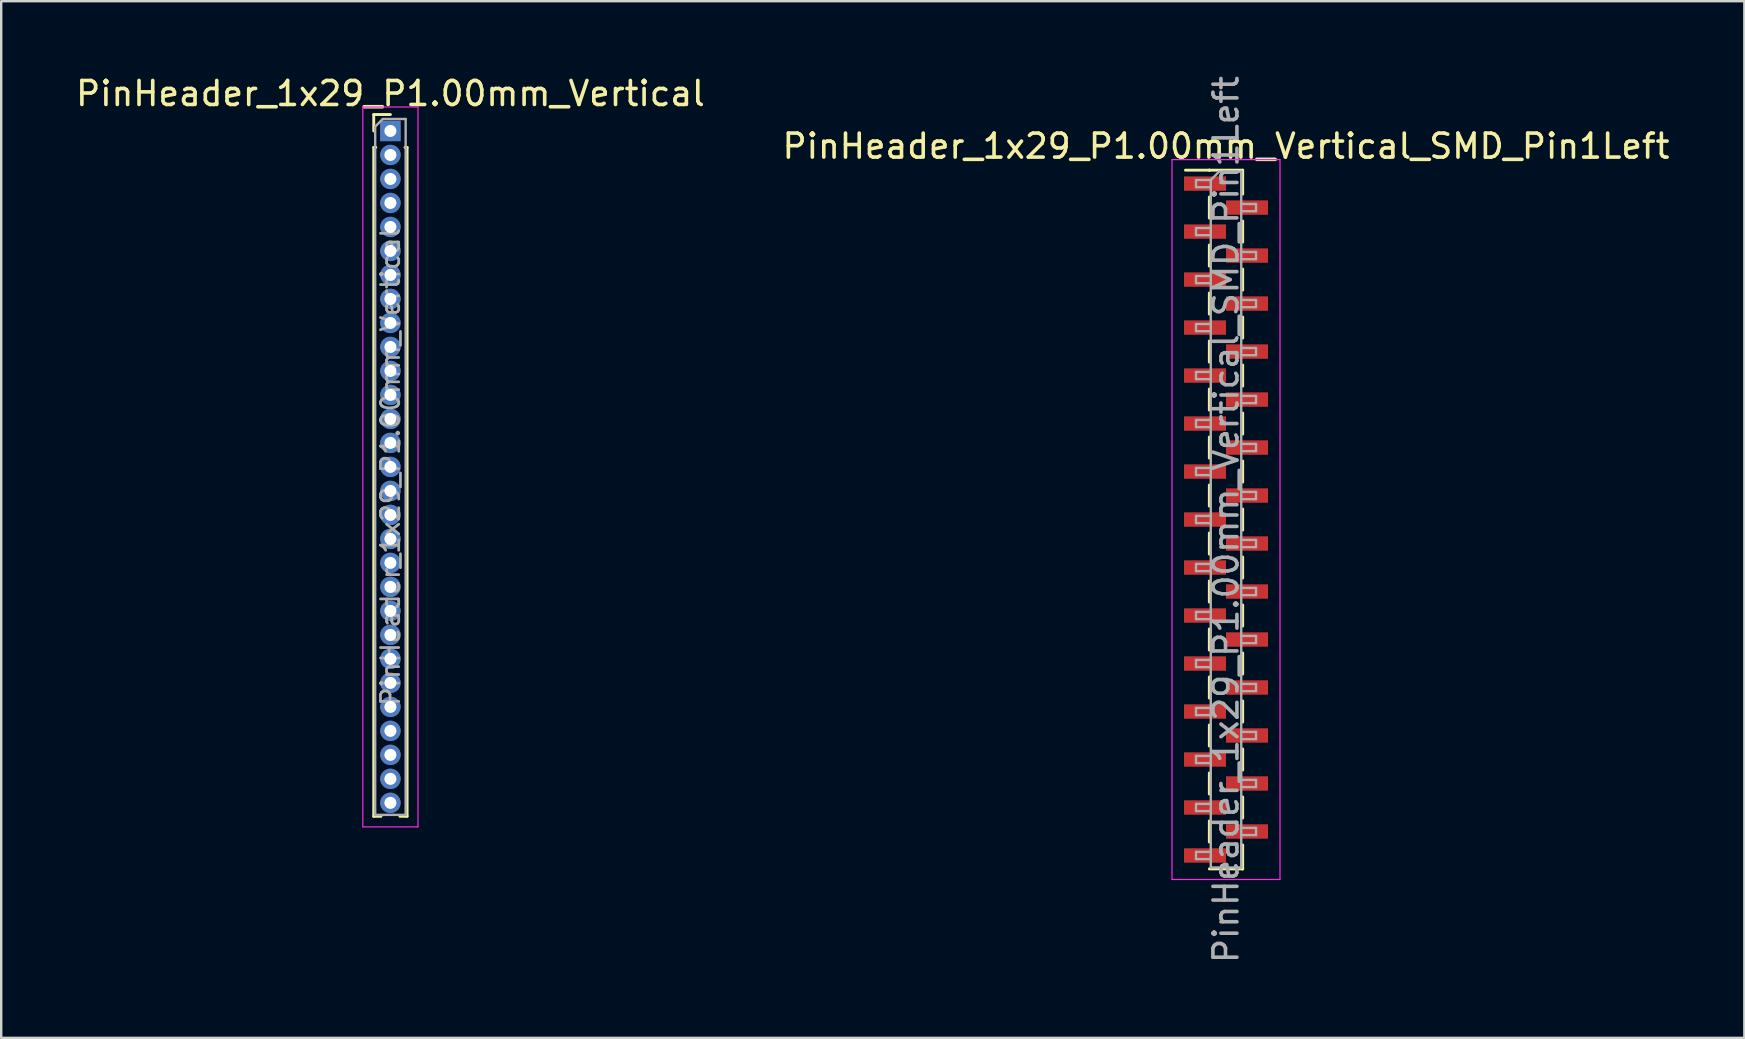
<source format=kicad_pcb>
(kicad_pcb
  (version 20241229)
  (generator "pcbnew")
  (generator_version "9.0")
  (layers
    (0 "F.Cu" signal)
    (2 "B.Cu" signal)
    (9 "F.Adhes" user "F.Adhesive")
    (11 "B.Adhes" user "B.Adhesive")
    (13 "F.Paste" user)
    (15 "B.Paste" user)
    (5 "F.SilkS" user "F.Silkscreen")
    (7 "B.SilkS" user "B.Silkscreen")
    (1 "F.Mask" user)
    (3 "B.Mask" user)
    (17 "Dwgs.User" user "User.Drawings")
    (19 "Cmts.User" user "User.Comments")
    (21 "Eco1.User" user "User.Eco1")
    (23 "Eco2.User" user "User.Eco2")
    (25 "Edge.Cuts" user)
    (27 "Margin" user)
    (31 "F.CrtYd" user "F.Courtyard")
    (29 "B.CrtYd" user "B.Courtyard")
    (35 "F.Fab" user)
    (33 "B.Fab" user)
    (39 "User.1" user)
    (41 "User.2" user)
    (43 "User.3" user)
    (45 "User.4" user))
  (footprint "PinHeader_1x29_P1.00mm_Vertical"
    (layer "F.Cu")
    (at 13.22 2.408)
    (property "Reference" "PinHeader_1x29_P1.00mm_Vertical" (at 0 -1.56 0) (layer "F.SilkS") (effects (font (size 1 1) (thickness 0.15))))
    (attr through_hole)
    (fp_line (start -0.695 -0.685) (end 0 -0.685) (stroke (width 0.12) (type solid)) (layer "F.SilkS"))
    (fp_line (start -0.695 0) (end -0.695 -0.685) (stroke (width 0.12) (type solid)) (layer "F.SilkS"))
    (fp_line (start -0.695 0.685) (end -0.695 28.56) (stroke (width 0.12) (type solid)) (layer "F.SilkS"))
    (fp_line (start -0.695 0.685) (end -0.608 0.685) (stroke (width 0.12) (type solid)) (layer "F.SilkS"))
    (fp_line (start -0.695 28.56) (end -0.394 28.56) (stroke (width 0.12) (type solid)) (layer "F.SilkS"))
    (fp_line (start 0.394 28.56) (end 0.695 28.56) (stroke (width 0.12) (type solid)) (layer "F.SilkS"))
    (fp_line (start 0.608 0.685) (end 0.695 0.685) (stroke (width 0.12) (type solid)) (layer "F.SilkS"))
    (fp_line (start 0.695 0.685) (end 0.695 28.56) (stroke (width 0.12) (type solid)) (layer "F.SilkS"))
    (fp_line (start -1.15 -1) (end -1.15 29) (stroke (width 0.05) (type solid)) (layer "F.CrtYd"))
    (fp_line (start -1.15 29) (end 1.15 29) (stroke (width 0.05) (type solid)) (layer "F.CrtYd"))
    (fp_line (start 1.15 -1) (end -1.15 -1) (stroke (width 0.05) (type solid)) (layer "F.CrtYd"))
    (fp_line (start 1.15 29) (end 1.15 -1) (stroke (width 0.05) (type solid)) (layer "F.CrtYd"))
    (fp_line (start -0.635 -0.182) (end -0.318 -0.5) (stroke (width 0.1) (type solid)) (layer "F.Fab"))
    (fp_line (start -0.635 28.5) (end -0.635 -0.182) (stroke (width 0.1) (type solid)) (layer "F.Fab"))
    (fp_line (start -0.318 -0.5) (end 0.635 -0.5) (stroke (width 0.1) (type solid)) (layer "F.Fab"))
    (fp_line (start 0.635 -0.5) (end 0.635 28.5) (stroke (width 0.1) (type solid)) (layer "F.Fab"))
    (fp_line (start 0.635 28.5) (end -0.635 28.5) (stroke (width 0.1) (type solid)) (layer "F.Fab"))
    (fp_text user "${REFERENCE}" (at 0 14 90) (layer "F.Fab") (effects (font (size 0.76 0.76) (thickness 0.114))))
    (pad "1" thru_hole rect (at 0 0) (size 0.85 0.85) (drill 0.5) (layers "*.Cu" "*.Mask"))
    (pad "2" thru_hole oval (at 0 1) (size 0.85 0.85) (drill 0.5) (layers "*.Cu" "*.Mask"))
    (pad "3" thru_hole oval (at 0 2) (size 0.85 0.85) (drill 0.5) (layers "*.Cu" "*.Mask"))
    (pad "4" thru_hole oval (at 0 3) (size 0.85 0.85) (drill 0.5) (layers "*.Cu" "*.Mask"))
    (pad "5" thru_hole oval (at 0 4) (size 0.85 0.85) (drill 0.5) (layers "*.Cu" "*.Mask"))
    (pad "6" thru_hole oval (at 0 5) (size 0.85 0.85) (drill 0.5) (layers "*.Cu" "*.Mask"))
    (pad "7" thru_hole oval (at 0 6) (size 0.85 0.85) (drill 0.5) (layers "*.Cu" "*.Mask"))
    (pad "8" thru_hole oval (at 0 7) (size 0.85 0.85) (drill 0.5) (layers "*.Cu" "*.Mask"))
    (pad "9" thru_hole oval (at 0 8) (size 0.85 0.85) (drill 0.5) (layers "*.Cu" "*.Mask"))
    (pad "10" thru_hole oval (at 0 9) (size 0.85 0.85) (drill 0.5) (layers "*.Cu" "*.Mask"))
    (pad "11" thru_hole oval (at 0 10) (size 0.85 0.85) (drill 0.5) (layers "*.Cu" "*.Mask"))
    (pad "12" thru_hole oval (at 0 11) (size 0.85 0.85) (drill 0.5) (layers "*.Cu" "*.Mask"))
    (pad "13" thru_hole oval (at 0 12) (size 0.85 0.85) (drill 0.5) (layers "*.Cu" "*.Mask"))
    (pad "14" thru_hole oval (at 0 13) (size 0.85 0.85) (drill 0.5) (layers "*.Cu" "*.Mask"))
    (pad "15" thru_hole oval (at 0 14) (size 0.85 0.85) (drill 0.5) (layers "*.Cu" "*.Mask"))
    (pad "16" thru_hole oval (at 0 15) (size 0.85 0.85) (drill 0.5) (layers "*.Cu" "*.Mask"))
    (pad "17" thru_hole oval (at 0 16) (size 0.85 0.85) (drill 0.5) (layers "*.Cu" "*.Mask"))
    (pad "18" thru_hole oval (at 0 17) (size 0.85 0.85) (drill 0.5) (layers "*.Cu" "*.Mask"))
    (pad "19" thru_hole oval (at 0 18) (size 0.85 0.85) (drill 0.5) (layers "*.Cu" "*.Mask"))
    (pad "20" thru_hole oval (at 0 19) (size 0.85 0.85) (drill 0.5) (layers "*.Cu" "*.Mask"))
    (pad "21" thru_hole oval (at 0 20) (size 0.85 0.85) (drill 0.5) (layers "*.Cu" "*.Mask"))
    (pad "22" thru_hole oval (at 0 21) (size 0.85 0.85) (drill 0.5) (layers "*.Cu" "*.Mask"))
    (pad "23" thru_hole oval (at 0 22) (size 0.85 0.85) (drill 0.5) (layers "*.Cu" "*.Mask"))
    (pad "24" thru_hole oval (at 0 23) (size 0.85 0.85) (drill 0.5) (layers "*.Cu" "*.Mask"))
    (pad "25" thru_hole oval (at 0 24) (size 0.85 0.85) (drill 0.5) (layers "*.Cu" "*.Mask"))
    (pad "26" thru_hole oval (at 0 25) (size 0.85 0.85) (drill 0.5) (layers "*.Cu" "*.Mask"))
    (pad "27" thru_hole oval (at 0 26) (size 0.85 0.85) (drill 0.5) (layers "*.Cu" "*.Mask"))
    (pad "28" thru_hole oval (at 0 27) (size 0.85 0.85) (drill 0.5) (layers "*.Cu" "*.Mask"))
    (pad "29" thru_hole oval (at 0 28) (size 0.85 0.85) (drill 0.5) (layers "*.Cu" "*.Mask")))
  (footprint "PinHeader_1x29_P1.00mm_Vertical_SMD_Pin1Left"
    (layer "F.Cu")
    (at 48.042 18.601)
    (property "Reference" "PinHeader_1x29_P1.00mm_Vertical_SMD_Pin1Left" (at 0 -15.56 0) (layer "F.SilkS") (effects (font (size 1 1) (thickness 0.15))))
    (attr smd)
    (fp_line (start -0.695 -14.56) (end -1.69 -14.56) (stroke (width 0.12) (type solid)) (layer "F.SilkS"))
    (fp_line (start -0.695 -14.56) (end -0.695 -14.56) (stroke (width 0.12) (type solid)) (layer "F.SilkS"))
    (fp_line (start -0.695 -14.56) (end 0.695 -14.56) (stroke (width 0.12) (type solid)) (layer "F.SilkS"))
    (fp_line (start -0.695 -13.44) (end -0.695 -12.56) (stroke (width 0.12) (type solid)) (layer "F.SilkS"))
    (fp_line (start -0.695 -11.44) (end -0.695 -10.56) (stroke (width 0.12) (type solid)) (layer "F.SilkS"))
    (fp_line (start -0.695 -9.44) (end -0.695 -8.56) (stroke (width 0.12) (type solid)) (layer "F.SilkS"))
    (fp_line (start -0.695 -7.44) (end -0.695 -6.56) (stroke (width 0.12) (type solid)) (layer "F.SilkS"))
    (fp_line (start -0.695 -5.44) (end -0.695 -4.56) (stroke (width 0.12) (type solid)) (layer "F.SilkS"))
    (fp_line (start -0.695 -3.44) (end -0.695 -2.56) (stroke (width 0.12) (type solid)) (layer "F.SilkS"))
    (fp_line (start -0.695 -1.44) (end -0.695 -0.56) (stroke (width 0.12) (type solid)) (layer "F.SilkS"))
    (fp_line (start -0.695 0.56) (end -0.695 1.44) (stroke (width 0.12) (type solid)) (layer "F.SilkS"))
    (fp_line (start -0.695 2.56) (end -0.695 3.44) (stroke (width 0.12) (type solid)) (layer "F.SilkS"))
    (fp_line (start -0.695 4.56) (end -0.695 5.44) (stroke (width 0.12) (type solid)) (layer "F.SilkS"))
    (fp_line (start -0.695 6.56) (end -0.695 7.44) (stroke (width 0.12) (type solid)) (layer "F.SilkS"))
    (fp_line (start -0.695 8.56) (end -0.695 9.44) (stroke (width 0.12) (type solid)) (layer "F.SilkS"))
    (fp_line (start -0.695 10.56) (end -0.695 11.44) (stroke (width 0.12) (type solid)) (layer "F.SilkS"))
    (fp_line (start -0.695 12.56) (end -0.695 13.44) (stroke (width 0.12) (type solid)) (layer "F.SilkS"))
    (fp_line (start -0.695 14.56) (end 0.695 14.56) (stroke (width 0.12) (type solid)) (layer "F.SilkS"))
    (fp_line (start 0.695 -14.56) (end 0.695 -13.56) (stroke (width 0.12) (type solid)) (layer "F.SilkS"))
    (fp_line (start 0.695 -12.44) (end 0.695 -11.56) (stroke (width 0.12) (type solid)) (layer "F.SilkS"))
    (fp_line (start 0.695 -10.44) (end 0.695 -9.56) (stroke (width 0.12) (type solid)) (layer "F.SilkS"))
    (fp_line (start 0.695 -8.44) (end 0.695 -7.56) (stroke (width 0.12) (type solid)) (layer "F.SilkS"))
    (fp_line (start 0.695 -6.44) (end 0.695 -5.56) (stroke (width 0.12) (type solid)) (layer "F.SilkS"))
    (fp_line (start 0.695 -4.44) (end 0.695 -3.56) (stroke (width 0.12) (type solid)) (layer "F.SilkS"))
    (fp_line (start 0.695 -2.44) (end 0.695 -1.56) (stroke (width 0.12) (type solid)) (layer "F.SilkS"))
    (fp_line (start 0.695 -0.44) (end 0.695 0.44) (stroke (width 0.12) (type solid)) (layer "F.SilkS"))
    (fp_line (start 0.695 1.56) (end 0.695 2.44) (stroke (width 0.12) (type solid)) (layer "F.SilkS"))
    (fp_line (start 0.695 3.56) (end 0.695 4.44) (stroke (width 0.12) (type solid)) (layer "F.SilkS"))
    (fp_line (start 0.695 5.56) (end 0.695 6.44) (stroke (width 0.12) (type solid)) (layer "F.SilkS"))
    (fp_line (start 0.695 7.56) (end 0.695 8.44) (stroke (width 0.12) (type solid)) (layer "F.SilkS"))
    (fp_line (start 0.695 9.56) (end 0.695 10.44) (stroke (width 0.12) (type solid)) (layer "F.SilkS"))
    (fp_line (start 0.695 11.56) (end 0.695 12.44) (stroke (width 0.12) (type solid)) (layer "F.SilkS"))
    (fp_line (start 0.695 13.56) (end 0.695 14.56) (stroke (width 0.12) (type solid)) (layer "F.SilkS"))
    (fp_line (start 0.695 14.56) (end 0.695 14.56) (stroke (width 0.12) (type solid)) (layer "F.SilkS"))
    (fp_line (start -2.25 -15) (end -2.25 15) (stroke (width 0.05) (type solid)) (layer "F.CrtYd"))
    (fp_line (start -2.25 15) (end 2.25 15) (stroke (width 0.05) (type solid)) (layer "F.CrtYd"))
    (fp_line (start 2.25 -15) (end -2.25 -15) (stroke (width 0.05) (type solid)) (layer "F.CrtYd"))
    (fp_line (start 2.25 15) (end 2.25 -15) (stroke (width 0.05) (type solid)) (layer "F.CrtYd"))
    (fp_line (start -1.25 -14.15) (end -1.25 -13.85) (stroke (width 0.1) (type solid)) (layer "F.Fab"))
    (fp_line (start -1.25 -13.85) (end -0.635 -13.85) (stroke (width 0.1) (type solid)) (layer "F.Fab"))
    (fp_line (start -1.25 -12.15) (end -1.25 -11.85) (stroke (width 0.1) (type solid)) (layer "F.Fab"))
    (fp_line (start -1.25 -11.85) (end -0.635 -11.85) (stroke (width 0.1) (type solid)) (layer "F.Fab"))
    (fp_line (start -1.25 -10.15) (end -1.25 -9.85) (stroke (width 0.1) (type solid)) (layer "F.Fab"))
    (fp_line (start -1.25 -9.85) (end -0.635 -9.85) (stroke (width 0.1) (type solid)) (layer "F.Fab"))
    (fp_line (start -1.25 -8.15) (end -1.25 -7.85) (stroke (width 0.1) (type solid)) (layer "F.Fab"))
    (fp_line (start -1.25 -7.85) (end -0.635 -7.85) (stroke (width 0.1) (type solid)) (layer "F.Fab"))
    (fp_line (start -1.25 -6.15) (end -1.25 -5.85) (stroke (width 0.1) (type solid)) (layer "F.Fab"))
    (fp_line (start -1.25 -5.85) (end -0.635 -5.85) (stroke (width 0.1) (type solid)) (layer "F.Fab"))
    (fp_line (start -1.25 -4.15) (end -1.25 -3.85) (stroke (width 0.1) (type solid)) (layer "F.Fab"))
    (fp_line (start -1.25 -3.85) (end -0.635 -3.85) (stroke (width 0.1) (type solid)) (layer "F.Fab"))
    (fp_line (start -1.25 -2.15) (end -1.25 -1.85) (stroke (width 0.1) (type solid)) (layer "F.Fab"))
    (fp_line (start -1.25 -1.85) (end -0.635 -1.85) (stroke (width 0.1) (type solid)) (layer "F.Fab"))
    (fp_line (start -1.25 -0.15) (end -1.25 0.15) (stroke (width 0.1) (type solid)) (layer "F.Fab"))
    (fp_line (start -1.25 0.15) (end -0.635 0.15) (stroke (width 0.1) (type solid)) (layer "F.Fab"))
    (fp_line (start -1.25 1.85) (end -1.25 2.15) (stroke (width 0.1) (type solid)) (layer "F.Fab"))
    (fp_line (start -1.25 2.15) (end -0.635 2.15) (stroke (width 0.1) (type solid)) (layer "F.Fab"))
    (fp_line (start -1.25 3.85) (end -1.25 4.15) (stroke (width 0.1) (type solid)) (layer "F.Fab"))
    (fp_line (start -1.25 4.15) (end -0.635 4.15) (stroke (width 0.1) (type solid)) (layer "F.Fab"))
    (fp_line (start -1.25 5.85) (end -1.25 6.15) (stroke (width 0.1) (type solid)) (layer "F.Fab"))
    (fp_line (start -1.25 6.15) (end -0.635 6.15) (stroke (width 0.1) (type solid)) (layer "F.Fab"))
    (fp_line (start -1.25 7.85) (end -1.25 8.15) (stroke (width 0.1) (type solid)) (layer "F.Fab"))
    (fp_line (start -1.25 8.15) (end -0.635 8.15) (stroke (width 0.1) (type solid)) (layer "F.Fab"))
    (fp_line (start -1.25 9.85) (end -1.25 10.15) (stroke (width 0.1) (type solid)) (layer "F.Fab"))
    (fp_line (start -1.25 10.15) (end -0.635 10.15) (stroke (width 0.1) (type solid)) (layer "F.Fab"))
    (fp_line (start -1.25 11.85) (end -1.25 12.15) (stroke (width 0.1) (type solid)) (layer "F.Fab"))
    (fp_line (start -1.25 12.15) (end -0.635 12.15) (stroke (width 0.1) (type solid)) (layer "F.Fab"))
    (fp_line (start -1.25 13.85) (end -1.25 14.15) (stroke (width 0.1) (type solid)) (layer "F.Fab"))
    (fp_line (start -1.25 14.15) (end -0.635 14.15) (stroke (width 0.1) (type solid)) (layer "F.Fab"))
    (fp_line (start -0.635 -14.15) (end -1.25 -14.15) (stroke (width 0.1) (type solid)) (layer "F.Fab"))
    (fp_line (start -0.635 -14.15) (end -0.285 -14.5) (stroke (width 0.1) (type solid)) (layer "F.Fab"))
    (fp_line (start -0.635 -12.15) (end -1.25 -12.15) (stroke (width 0.1) (type solid)) (layer "F.Fab"))
    (fp_line (start -0.635 -10.15) (end -1.25 -10.15) (stroke (width 0.1) (type solid)) (layer "F.Fab"))
    (fp_line (start -0.635 -8.15) (end -1.25 -8.15) (stroke (width 0.1) (type solid)) (layer "F.Fab"))
    (fp_line (start -0.635 -6.15) (end -1.25 -6.15) (stroke (width 0.1) (type solid)) (layer "F.Fab"))
    (fp_line (start -0.635 -4.15) (end -1.25 -4.15) (stroke (width 0.1) (type solid)) (layer "F.Fab"))
    (fp_line (start -0.635 -2.15) (end -1.25 -2.15) (stroke (width 0.1) (type solid)) (layer "F.Fab"))
    (fp_line (start -0.635 -0.15) (end -1.25 -0.15) (stroke (width 0.1) (type solid)) (layer "F.Fab"))
    (fp_line (start -0.635 1.85) (end -1.25 1.85) (stroke (width 0.1) (type solid)) (layer "F.Fab"))
    (fp_line (start -0.635 3.85) (end -1.25 3.85) (stroke (width 0.1) (type solid)) (layer "F.Fab"))
    (fp_line (start -0.635 5.85) (end -1.25 5.85) (stroke (width 0.1) (type solid)) (layer "F.Fab"))
    (fp_line (start -0.635 7.85) (end -1.25 7.85) (stroke (width 0.1) (type solid)) (layer "F.Fab"))
    (fp_line (start -0.635 9.85) (end -1.25 9.85) (stroke (width 0.1) (type solid)) (layer "F.Fab"))
    (fp_line (start -0.635 11.85) (end -1.25 11.85) (stroke (width 0.1) (type solid)) (layer "F.Fab"))
    (fp_line (start -0.635 13.85) (end -1.25 13.85) (stroke (width 0.1) (type solid)) (layer "F.Fab"))
    (fp_line (start -0.635 14.5) (end -0.635 -14.15) (stroke (width 0.1) (type solid)) (layer "F.Fab"))
    (fp_line (start -0.285 -14.5) (end 0.635 -14.5) (stroke (width 0.1) (type solid)) (layer "F.Fab"))
    (fp_line (start 0.635 -14.5) (end 0.635 14.5) (stroke (width 0.1) (type solid)) (layer "F.Fab"))
    (fp_line (start 0.635 -13.15) (end 1.25 -13.15) (stroke (width 0.1) (type solid)) (layer "F.Fab"))
    (fp_line (start 0.635 -11.15) (end 1.25 -11.15) (stroke (width 0.1) (type solid)) (layer "F.Fab"))
    (fp_line (start 0.635 -9.15) (end 1.25 -9.15) (stroke (width 0.1) (type solid)) (layer "F.Fab"))
    (fp_line (start 0.635 -7.15) (end 1.25 -7.15) (stroke (width 0.1) (type solid)) (layer "F.Fab"))
    (fp_line (start 0.635 -5.15) (end 1.25 -5.15) (stroke (width 0.1) (type solid)) (layer "F.Fab"))
    (fp_line (start 0.635 -3.15) (end 1.25 -3.15) (stroke (width 0.1) (type solid)) (layer "F.Fab"))
    (fp_line (start 0.635 -1.15) (end 1.25 -1.15) (stroke (width 0.1) (type solid)) (layer "F.Fab"))
    (fp_line (start 0.635 0.85) (end 1.25 0.85) (stroke (width 0.1) (type solid)) (layer "F.Fab"))
    (fp_line (start 0.635 2.85) (end 1.25 2.85) (stroke (width 0.1) (type solid)) (layer "F.Fab"))
    (fp_line (start 0.635 4.85) (end 1.25 4.85) (stroke (width 0.1) (type solid)) (layer "F.Fab"))
    (fp_line (start 0.635 6.85) (end 1.25 6.85) (stroke (width 0.1) (type solid)) (layer "F.Fab"))
    (fp_line (start 0.635 8.85) (end 1.25 8.85) (stroke (width 0.1) (type solid)) (layer "F.Fab"))
    (fp_line (start 0.635 10.85) (end 1.25 10.85) (stroke (width 0.1) (type solid)) (layer "F.Fab"))
    (fp_line (start 0.635 12.85) (end 1.25 12.85) (stroke (width 0.1) (type solid)) (layer "F.Fab"))
    (fp_line (start 0.635 14.5) (end -0.635 14.5) (stroke (width 0.1) (type solid)) (layer "F.Fab"))
    (fp_line (start 1.25 -13.15) (end 1.25 -12.85) (stroke (width 0.1) (type solid)) (layer "F.Fab"))
    (fp_line (start 1.25 -12.85) (end 0.635 -12.85) (stroke (width 0.1) (type solid)) (layer "F.Fab"))
    (fp_line (start 1.25 -11.15) (end 1.25 -10.85) (stroke (width 0.1) (type solid)) (layer "F.Fab"))
    (fp_line (start 1.25 -10.85) (end 0.635 -10.85) (stroke (width 0.1) (type solid)) (layer "F.Fab"))
    (fp_line (start 1.25 -9.15) (end 1.25 -8.85) (stroke (width 0.1) (type solid)) (layer "F.Fab"))
    (fp_line (start 1.25 -8.85) (end 0.635 -8.85) (stroke (width 0.1) (type solid)) (layer "F.Fab"))
    (fp_line (start 1.25 -7.15) (end 1.25 -6.85) (stroke (width 0.1) (type solid)) (layer "F.Fab"))
    (fp_line (start 1.25 -6.85) (end 0.635 -6.85) (stroke (width 0.1) (type solid)) (layer "F.Fab"))
    (fp_line (start 1.25 -5.15) (end 1.25 -4.85) (stroke (width 0.1) (type solid)) (layer "F.Fab"))
    (fp_line (start 1.25 -4.85) (end 0.635 -4.85) (stroke (width 0.1) (type solid)) (layer "F.Fab"))
    (fp_line (start 1.25 -3.15) (end 1.25 -2.85) (stroke (width 0.1) (type solid)) (layer "F.Fab"))
    (fp_line (start 1.25 -2.85) (end 0.635 -2.85) (stroke (width 0.1) (type solid)) (layer "F.Fab"))
    (fp_line (start 1.25 -1.15) (end 1.25 -0.85) (stroke (width 0.1) (type solid)) (layer "F.Fab"))
    (fp_line (start 1.25 -0.85) (end 0.635 -0.85) (stroke (width 0.1) (type solid)) (layer "F.Fab"))
    (fp_line (start 1.25 0.85) (end 1.25 1.15) (stroke (width 0.1) (type solid)) (layer "F.Fab"))
    (fp_line (start 1.25 1.15) (end 0.635 1.15) (stroke (width 0.1) (type solid)) (layer "F.Fab"))
    (fp_line (start 1.25 2.85) (end 1.25 3.15) (stroke (width 0.1) (type solid)) (layer "F.Fab"))
    (fp_line (start 1.25 3.15) (end 0.635 3.15) (stroke (width 0.1) (type solid)) (layer "F.Fab"))
    (fp_line (start 1.25 4.85) (end 1.25 5.15) (stroke (width 0.1) (type solid)) (layer "F.Fab"))
    (fp_line (start 1.25 5.15) (end 0.635 5.15) (stroke (width 0.1) (type solid)) (layer "F.Fab"))
    (fp_line (start 1.25 6.85) (end 1.25 7.15) (stroke (width 0.1) (type solid)) (layer "F.Fab"))
    (fp_line (start 1.25 7.15) (end 0.635 7.15) (stroke (width 0.1) (type solid)) (layer "F.Fab"))
    (fp_line (start 1.25 8.85) (end 1.25 9.15) (stroke (width 0.1) (type solid)) (layer "F.Fab"))
    (fp_line (start 1.25 9.15) (end 0.635 9.15) (stroke (width 0.1) (type solid)) (layer "F.Fab"))
    (fp_line (start 1.25 10.85) (end 1.25 11.15) (stroke (width 0.1) (type solid)) (layer "F.Fab"))
    (fp_line (start 1.25 11.15) (end 0.635 11.15) (stroke (width 0.1) (type solid)) (layer "F.Fab"))
    (fp_line (start 1.25 12.85) (end 1.25 13.15) (stroke (width 0.1) (type solid)) (layer "F.Fab"))
    (fp_line (start 1.25 13.15) (end 0.635 13.15) (stroke (width 0.1) (type solid)) (layer "F.Fab"))
    (fp_text user "${REFERENCE}" (at 0 0 90) (layer "F.Fab") (effects (font (size 1 1) (thickness 0.15))))
    (pad "1" smd rect (at -0.875 -14) (size 1.75 0.6) (layers "F.Cu" "F.Mask" "F.Paste"))
    (pad "2" smd rect (at 0.875 -13) (size 1.75 0.6) (layers "F.Cu" "F.Mask" "F.Paste"))
    (pad "3" smd rect (at -0.875 -12) (size 1.75 0.6) (layers "F.Cu" "F.Mask" "F.Paste"))
    (pad "4" smd rect (at 0.875 -11) (size 1.75 0.6) (layers "F.Cu" "F.Mask" "F.Paste"))
    (pad "5" smd rect (at -0.875 -10) (size 1.75 0.6) (layers "F.Cu" "F.Mask" "F.Paste"))
    (pad "6" smd rect (at 0.875 -9) (size 1.75 0.6) (layers "F.Cu" "F.Mask" "F.Paste"))
    (pad "7" smd rect (at -0.875 -8) (size 1.75 0.6) (layers "F.Cu" "F.Mask" "F.Paste"))
    (pad "8" smd rect (at 0.875 -7) (size 1.75 0.6) (layers "F.Cu" "F.Mask" "F.Paste"))
    (pad "9" smd rect (at -0.875 -6) (size 1.75 0.6) (layers "F.Cu" "F.Mask" "F.Paste"))
    (pad "10" smd rect (at 0.875 -5) (size 1.75 0.6) (layers "F.Cu" "F.Mask" "F.Paste"))
    (pad "11" smd rect (at -0.875 -4) (size 1.75 0.6) (layers "F.Cu" "F.Mask" "F.Paste"))
    (pad "12" smd rect (at 0.875 -3) (size 1.75 0.6) (layers "F.Cu" "F.Mask" "F.Paste"))
    (pad "13" smd rect (at -0.875 -2) (size 1.75 0.6) (layers "F.Cu" "F.Mask" "F.Paste"))
    (pad "14" smd rect (at 0.875 -1) (size 1.75 0.6) (layers "F.Cu" "F.Mask" "F.Paste"))
    (pad "15" smd rect (at -0.875 0) (size 1.75 0.6) (layers "F.Cu" "F.Mask" "F.Paste"))
    (pad "16" smd rect (at 0.875 1) (size 1.75 0.6) (layers "F.Cu" "F.Mask" "F.Paste"))
    (pad "17" smd rect (at -0.875 2) (size 1.75 0.6) (layers "F.Cu" "F.Mask" "F.Paste"))
    (pad "18" smd rect (at 0.875 3) (size 1.75 0.6) (layers "F.Cu" "F.Mask" "F.Paste"))
    (pad "19" smd rect (at -0.875 4) (size 1.75 0.6) (layers "F.Cu" "F.Mask" "F.Paste"))
    (pad "20" smd rect (at 0.875 5) (size 1.75 0.6) (layers "F.Cu" "F.Mask" "F.Paste"))
    (pad "21" smd rect (at -0.875 6) (size 1.75 0.6) (layers "F.Cu" "F.Mask" "F.Paste"))
    (pad "22" smd rect (at 0.875 7) (size 1.75 0.6) (layers "F.Cu" "F.Mask" "F.Paste"))
    (pad "23" smd rect (at -0.875 8) (size 1.75 0.6) (layers "F.Cu" "F.Mask" "F.Paste"))
    (pad "24" smd rect (at 0.875 9) (size 1.75 0.6) (layers "F.Cu" "F.Mask" "F.Paste"))
    (pad "25" smd rect (at -0.875 10) (size 1.75 0.6) (layers "F.Cu" "F.Mask" "F.Paste"))
    (pad "26" smd rect (at 0.875 11) (size 1.75 0.6) (layers "F.Cu" "F.Mask" "F.Paste"))
    (pad "27" smd rect (at -0.875 12) (size 1.75 0.6) (layers "F.Cu" "F.Mask" "F.Paste"))
    (pad "28" smd rect (at 0.875 13) (size 1.75 0.6) (layers "F.Cu" "F.Mask" "F.Paste"))
    (pad "29" smd rect (at -0.875 14) (size 1.75 0.6) (layers "F.Cu" "F.Mask" "F.Paste")))
  (gr_rect
    (start -3 -3)
    (end 69.643 40.202)
    (stroke (width 0.1) (type default))
    (fill no)
    (layer "Edge.Cuts")))
</source>
